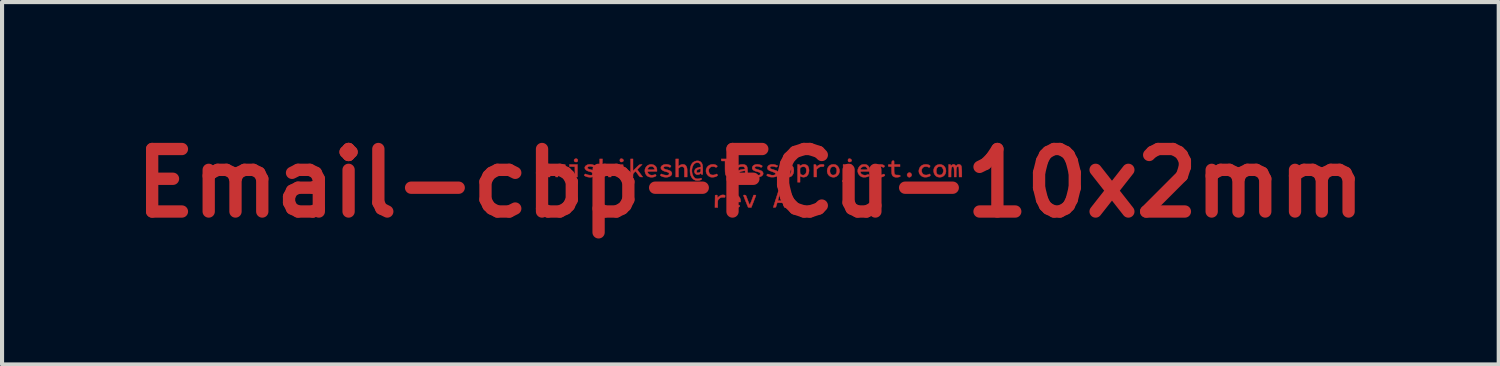
<source format=kicad_pcb>
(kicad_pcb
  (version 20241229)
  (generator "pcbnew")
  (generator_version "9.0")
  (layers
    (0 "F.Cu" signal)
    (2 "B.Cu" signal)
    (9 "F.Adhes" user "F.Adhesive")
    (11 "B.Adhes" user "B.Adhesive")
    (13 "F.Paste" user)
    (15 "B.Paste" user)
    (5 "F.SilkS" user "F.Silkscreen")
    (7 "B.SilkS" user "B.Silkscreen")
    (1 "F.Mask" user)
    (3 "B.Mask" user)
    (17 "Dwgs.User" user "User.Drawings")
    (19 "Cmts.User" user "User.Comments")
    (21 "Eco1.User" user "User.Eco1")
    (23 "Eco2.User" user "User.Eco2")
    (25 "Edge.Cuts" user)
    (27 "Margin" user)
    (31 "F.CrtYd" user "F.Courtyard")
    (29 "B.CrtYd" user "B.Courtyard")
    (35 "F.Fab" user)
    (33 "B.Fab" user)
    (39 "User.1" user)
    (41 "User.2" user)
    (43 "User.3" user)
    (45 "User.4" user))
  (footprint "Email-cbp-FCu-10x2mm"
    (layer "F.Cu")
    (at 15.247 1.418)
    (property "Reference" "Email-cbp-FCu-10x2mm" (at 0 0 0) (layer "F.Cu") (effects (font (size 1.524 1.524) (thickness 0.3))))
    (attr through_hole)
    (fp_poly (pts (xy -3.203 -0.455) (xy -3.103 -0.453) (xy -3.098 -0.152) (xy -3.167 -0.152) (xy -3.167 -0.406) (xy -3.302 -0.406) (xy -3.302 -0.458) (xy -3.203 -0.455)) (stroke (width 0.01) (type solid)) (fill yes) (layer "F.Cu"))
    (fp_poly (pts (xy -4.216 -0.152) (xy -4.275 -0.152) (xy -4.278 -0.277) (xy -4.28 -0.402) (xy -4.346 -0.405) (xy -4.411 -0.407) (xy -4.411 -0.457) (xy -4.216 -0.457) (xy -4.216 -0.152)) (stroke (width 0.01) (type solid)) (fill yes) (layer "F.Cu"))
    (fp_poly (pts (xy -4.239 -0.599) (xy -4.219 -0.588) (xy -4.209 -0.568) (xy -4.208 -0.56) (xy -4.211 -0.539) (xy -4.218 -0.527) (xy -4.237 -0.518) (xy -4.262 -0.518) (xy -4.284 -0.526) (xy -4.288 -0.53) (xy -4.3 -0.552) (xy -4.296 -0.574) (xy -4.286 -0.587) (xy -4.262 -0.599) (xy -4.239 -0.599)) (stroke (width 0.01) (type solid)) (fill yes) (layer "F.Cu"))
    (fp_poly (pts (xy -3.125 -0.596) (xy -3.104 -0.581) (xy -3.099 -0.574) (xy -3.092 -0.557) (xy -3.094 -0.545) (xy -3.103 -0.534) (xy -3.123 -0.521) (xy -3.148 -0.517) (xy -3.17 -0.524) (xy -3.173 -0.527) (xy -3.182 -0.545) (xy -3.182 -0.569) (xy -3.175 -0.589) (xy -3.171 -0.592) (xy -3.15 -0.6) (xy -3.125 -0.596)) (stroke (width 0.01) (type solid)) (fill yes) (layer "F.Cu"))
    (fp_poly (pts (xy 2.437 -0.596) (xy 2.458 -0.581) (xy 2.463 -0.574) (xy 2.471 -0.557) (xy 2.469 -0.545) (xy 2.46 -0.534) (xy 2.439 -0.521) (xy 2.414 -0.517) (xy 2.393 -0.524) (xy 2.389 -0.527) (xy 2.381 -0.545) (xy 2.38 -0.569) (xy 2.388 -0.589) (xy 2.391 -0.592) (xy 2.413 -0.6) (xy 2.437 -0.596)) (stroke (width 0.01) (type solid)) (fill yes) (layer "F.Cu"))
    (fp_poly (pts (xy 3.91 -0.248) (xy 3.93 -0.223) (xy 3.934 -0.196) (xy 3.921 -0.17) (xy 3.917 -0.166) (xy 3.891 -0.148) (xy 3.865 -0.146) (xy 3.841 -0.161) (xy 3.836 -0.166) (xy 3.821 -0.193) (xy 3.822 -0.217) (xy 3.839 -0.242) (xy 3.839 -0.242) (xy 3.865 -0.259) (xy 3.889 -0.26) (xy 3.91 -0.248)) (stroke (width 0.01) (type solid)) (fill yes) (layer "F.Cu"))
    (fp_poly (pts (xy 1.772 -0.459) (xy 1.791 -0.454) (xy 1.798 -0.444) (xy 1.796 -0.427) (xy 1.795 -0.425) (xy 1.789 -0.41) (xy 1.778 -0.404) (xy 1.757 -0.404) (xy 1.756 -0.404) (xy 1.72 -0.404) (xy 1.691 -0.396) (xy 1.663 -0.378) (xy 1.651 -0.367) (xy 1.617 -0.337) (xy 1.617 -0.152) (xy 1.549 -0.152) (xy 1.549 -0.457) (xy 1.574 -0.457) (xy 1.594 -0.453) (xy 1.605 -0.438) (xy 1.609 -0.41) (xy 1.609 -0.408) (xy 1.609 -0.393) (xy 1.613 -0.393) (xy 1.621 -0.404) (xy 1.651 -0.433) (xy 1.691 -0.452) (xy 1.736 -0.46) (xy 1.739 -0.46) (xy 1.772 -0.459)) (stroke (width 0.01) (type solid)) (fill yes) (layer "F.Cu"))
    (fp_poly (pts (xy -2.862 -0.301) (xy -2.783 -0.379) (xy -2.751 -0.411) (xy -2.727 -0.433) (xy -2.709 -0.447) (xy -2.695 -0.454) (xy -2.682 -0.457) (xy -2.671 -0.457) (xy -2.638 -0.457) (xy -2.699 -0.396) (xy -2.759 -0.334) (xy -2.692 -0.243) (xy -2.625 -0.152) (xy -2.661 -0.153) (xy -2.677 -0.153) (xy -2.69 -0.157) (xy -2.702 -0.165) (xy -2.716 -0.181) (xy -2.736 -0.208) (xy -2.747 -0.224) (xy -2.798 -0.295) (xy -2.83 -0.265) (xy -2.849 -0.244) (xy -2.859 -0.225) (xy -2.862 -0.202) (xy -2.862 -0.193) (xy -2.862 -0.152) (xy -2.921 -0.152) (xy -2.921 -0.593) (xy -2.862 -0.593) (xy -2.862 -0.301)) (stroke (width 0.01) (type solid)) (fill yes) (layer "F.Cu"))
    (fp_poly (pts (xy -4.544 -0.46) (xy -4.522 -0.455) (xy -4.51 -0.446) (xy -4.509 -0.442) (xy -4.511 -0.425) (xy -4.511 -0.414) (xy -4.514 -0.403) (xy -4.523 -0.399) (xy -4.544 -0.402) (xy -4.546 -0.402) (xy -4.592 -0.402) (xy -4.634 -0.386) (xy -4.665 -0.359) (xy -4.676 -0.345) (xy -4.684 -0.333) (xy -4.688 -0.317) (xy -4.69 -0.295) (xy -4.691 -0.261) (xy -4.691 -0.241) (xy -4.691 -0.152) (xy -4.75 -0.152) (xy -4.75 -0.457) (xy -4.724 -0.457) (xy -4.708 -0.456) (xy -4.701 -0.449) (xy -4.699 -0.431) (xy -4.699 -0.422) (xy -4.699 -0.387) (xy -4.666 -0.418) (xy -4.639 -0.437) (xy -4.61 -0.453) (xy -4.598 -0.457) (xy -4.571 -0.461) (xy -4.544 -0.46)) (stroke (width 0.01) (type solid)) (fill yes) (layer "F.Cu"))
    (fp_poly (pts (xy -0.649 0.285) (xy -0.627 0.29) (xy -0.615 0.299) (xy -0.615 0.303) (xy -0.616 0.32) (xy -0.617 0.331) (xy -0.619 0.342) (xy -0.629 0.346) (xy -0.649 0.343) (xy -0.652 0.343) (xy -0.698 0.343) (xy -0.739 0.359) (xy -0.77 0.386) (xy -0.782 0.4) (xy -0.789 0.413) (xy -0.793 0.428) (xy -0.795 0.45) (xy -0.796 0.484) (xy -0.796 0.504) (xy -0.796 0.593) (xy -0.864 0.593) (xy -0.862 0.442) (xy -0.859 0.292) (xy -0.832 0.289) (xy -0.815 0.289) (xy -0.807 0.294) (xy -0.804 0.31) (xy -0.804 0.322) (xy -0.804 0.358) (xy -0.771 0.327) (xy -0.744 0.308) (xy -0.715 0.292) (xy -0.703 0.288) (xy -0.676 0.284) (xy -0.649 0.285)) (stroke (width 0.01) (type solid)) (fill yes) (layer "F.Cu"))
    (fp_poly (pts (xy 2.36 -0.455) (xy 2.46 -0.453) (xy 2.46 -0.279) (xy 2.459 -0.219) (xy 2.459 -0.173) (xy 2.457 -0.14) (xy 2.455 -0.115) (xy 2.452 -0.098) (xy 2.448 -0.085) (xy 2.445 -0.078) (xy 2.419 -0.049) (xy 2.382 -0.03) (xy 2.337 -0.022) (xy 2.287 -0.026) (xy 2.261 -0.032) (xy 2.248 -0.037) (xy 2.245 -0.046) (xy 2.248 -0.061) (xy 2.248 -0.061) (xy 2.252 -0.072) (xy 2.259 -0.078) (xy 2.273 -0.08) (xy 2.298 -0.079) (xy 2.311 -0.078) (xy 2.338 -0.077) (xy 2.359 -0.078) (xy 2.374 -0.084) (xy 2.385 -0.097) (xy 2.391 -0.119) (xy 2.394 -0.152) (xy 2.396 -0.198) (xy 2.396 -0.258) (xy 2.396 -0.406) (xy 2.261 -0.406) (xy 2.261 -0.458) (xy 2.36 -0.455)) (stroke (width 0.01) (type solid)) (fill yes) (layer "F.Cu"))
    (fp_poly (pts (xy -5.093 -0.588) (xy -5.094 -0.502) (xy -5.093 -0.466) (xy -5.092 -0.437) (xy -5.09 -0.419) (xy -5.089 -0.415) (xy -5.079 -0.42) (xy -5.067 -0.432) (xy -5.039 -0.452) (xy -5.004 -0.461) (xy -4.967 -0.46) (xy -4.933 -0.449) (xy -4.907 -0.428) (xy -4.902 -0.421) (xy -4.895 -0.408) (xy -4.891 -0.392) (xy -4.888 -0.371) (xy -4.886 -0.341) (xy -4.885 -0.299) (xy -4.885 -0.273) (xy -4.885 -0.152) (xy -4.945 -0.152) (xy -4.945 -0.255) (xy -4.945 -0.307) (xy -4.949 -0.346) (xy -4.954 -0.373) (xy -4.963 -0.391) (xy -4.973 -0.4) (xy -4.996 -0.406) (xy -5.025 -0.403) (xy -5.054 -0.391) (xy -5.06 -0.387) (xy -5.088 -0.368) (xy -5.088 -0.26) (xy -5.088 -0.152) (xy -5.156 -0.152) (xy -5.156 -0.594) (xy -5.093 -0.588)) (stroke (width 0.01) (type solid)) (fill yes) (layer "F.Cu"))
    (fp_poly (pts (xy -3.608 -0.504) (xy -3.609 -0.467) (xy -3.609 -0.438) (xy -3.609 -0.42) (xy -3.608 -0.415) (xy -3.6 -0.42) (xy -3.585 -0.431) (xy -3.584 -0.432) (xy -3.544 -0.453) (xy -3.501 -0.461) (xy -3.466 -0.455) (xy -3.442 -0.444) (xy -3.425 -0.425) (xy -3.414 -0.407) (xy -3.406 -0.389) (xy -3.401 -0.371) (xy -3.397 -0.348) (xy -3.396 -0.317) (xy -3.395 -0.274) (xy -3.395 -0.261) (xy -3.395 -0.152) (xy -3.463 -0.152) (xy -3.463 -0.262) (xy -3.463 -0.308) (xy -3.464 -0.34) (xy -3.466 -0.362) (xy -3.47 -0.376) (xy -3.476 -0.385) (xy -3.48 -0.389) (xy -3.505 -0.404) (xy -3.536 -0.405) (xy -3.568 -0.394) (xy -3.581 -0.384) (xy -3.607 -0.363) (xy -3.607 -0.152) (xy -3.675 -0.152) (xy -3.675 -0.593) (xy -3.606 -0.593) (xy -3.608 -0.504)) (stroke (width 0.01) (type solid)) (fill yes) (layer "F.Cu"))
    (fp_poly (pts (xy -1.754 -0.504) (xy -1.755 -0.467) (xy -1.755 -0.438) (xy -1.755 -0.42) (xy -1.754 -0.415) (xy -1.746 -0.42) (xy -1.731 -0.431) (xy -1.73 -0.432) (xy -1.69 -0.453) (xy -1.647 -0.461) (xy -1.612 -0.455) (xy -1.588 -0.444) (xy -1.57 -0.425) (xy -1.56 -0.407) (xy -1.552 -0.389) (xy -1.546 -0.371) (xy -1.543 -0.348) (xy -1.541 -0.317) (xy -1.541 -0.274) (xy -1.541 -0.261) (xy -1.541 -0.152) (xy -1.609 -0.152) (xy -1.609 -0.262) (xy -1.609 -0.308) (xy -1.61 -0.34) (xy -1.612 -0.362) (xy -1.616 -0.376) (xy -1.622 -0.385) (xy -1.626 -0.389) (xy -1.651 -0.404) (xy -1.682 -0.405) (xy -1.714 -0.394) (xy -1.727 -0.384) (xy -1.753 -0.363) (xy -1.753 -0.152) (xy -1.82 -0.152) (xy -1.82 -0.593) (xy -1.752 -0.593) (xy -1.754 -0.504)) (stroke (width 0.01) (type solid)) (fill yes) (layer "F.Cu"))
    (fp_poly (pts (xy -0.55 -0.411) (xy -0.55 -0.35) (xy -0.55 -0.305) (xy -0.549 -0.272) (xy -0.547 -0.248) (xy -0.545 -0.233) (xy -0.541 -0.222) (xy -0.536 -0.215) (xy -0.533 -0.211) (xy -0.519 -0.2) (xy -0.501 -0.197) (xy -0.478 -0.199) (xy -0.454 -0.202) (xy -0.442 -0.199) (xy -0.435 -0.19) (xy -0.433 -0.185) (xy -0.43 -0.17) (xy -0.438 -0.16) (xy -0.448 -0.155) (xy -0.477 -0.147) (xy -0.514 -0.146) (xy -0.546 -0.15) (xy -0.573 -0.164) (xy -0.596 -0.19) (xy -0.61 -0.22) (xy -0.612 -0.238) (xy -0.615 -0.27) (xy -0.617 -0.312) (xy -0.618 -0.36) (xy -0.618 -0.396) (xy -0.618 -0.542) (xy -0.665 -0.542) (xy -0.691 -0.542) (xy -0.705 -0.545) (xy -0.71 -0.553) (xy -0.711 -0.567) (xy -0.711 -0.593) (xy -0.55 -0.593) (xy -0.55 -0.411)) (stroke (width 0.01) (type solid)) (fill yes) (layer "F.Cu"))
    (fp_poly (pts (xy 0.828 0.39) (xy 0.896 0.594) (xy 0.861 0.591) (xy 0.827 0.588) (xy 0.809 0.533) (xy 0.792 0.478) (xy 0.723 0.476) (xy 0.655 0.473) (xy 0.638 0.531) (xy 0.629 0.561) (xy 0.622 0.578) (xy 0.613 0.587) (xy 0.6 0.59) (xy 0.59 0.591) (xy 0.57 0.591) (xy 0.559 0.589) (xy 0.559 0.588) (xy 0.561 0.579) (xy 0.568 0.556) (xy 0.579 0.521) (xy 0.593 0.477) (xy 0.61 0.426) (xy 0.61 0.423) (xy 0.671 0.423) (xy 0.777 0.423) (xy 0.753 0.341) (xy 0.742 0.305) (xy 0.733 0.276) (xy 0.727 0.256) (xy 0.725 0.251) (xy 0.722 0.255) (xy 0.716 0.273) (xy 0.707 0.301) (xy 0.697 0.333) (xy 0.671 0.423) (xy 0.61 0.423) (xy 0.623 0.384) (xy 0.687 0.186) (xy 0.761 0.186) (xy 0.828 0.39)) (stroke (width 0.01) (type solid)) (fill yes) (layer "F.Cu"))
    (fp_poly (pts (xy -0.127 0.29) (xy -0.111 0.297) (xy -0.106 0.303) (xy -0.101 0.316) (xy -0.091 0.342) (xy -0.078 0.376) (xy -0.063 0.415) (xy -0.062 0.419) (xy -0.047 0.458) (xy -0.034 0.491) (xy -0.023 0.515) (xy -0.018 0.527) (xy -0.017 0.527) (xy -0.013 0.522) (xy -0.003 0.503) (xy 0.009 0.474) (xy 0.025 0.436) (xy 0.034 0.411) (xy 0.08 0.288) (xy 0.108 0.288) (xy 0.127 0.29) (xy 0.136 0.294) (xy 0.136 0.294) (xy 0.133 0.304) (xy 0.125 0.326) (xy 0.112 0.36) (xy 0.096 0.401) (xy 0.079 0.447) (xy 0.021 0.593) (xy -0.014 0.593) (xy -0.037 0.591) (xy -0.052 0.588) (xy -0.054 0.586) (xy -0.059 0.575) (xy -0.069 0.551) (xy -0.083 0.518) (xy -0.098 0.479) (xy -0.115 0.438) (xy -0.132 0.396) (xy -0.146 0.359) (xy -0.158 0.327) (xy -0.166 0.305) (xy -0.169 0.296) (xy -0.162 0.289) (xy -0.146 0.287) (xy -0.127 0.29)) (stroke (width 0.01) (type solid)) (fill yes) (layer "F.Cu"))
    (fp_poly (pts (xy 4.332 -0.453) (xy 4.354 -0.445) (xy 4.377 -0.432) (xy 4.384 -0.419) (xy 4.378 -0.402) (xy 4.373 -0.395) (xy 4.363 -0.384) (xy 4.353 -0.385) (xy 4.34 -0.393) (xy 4.31 -0.404) (xy 4.274 -0.406) (xy 4.238 -0.4) (xy 4.217 -0.39) (xy 4.19 -0.362) (xy 4.177 -0.328) (xy 4.176 -0.291) (xy 4.186 -0.257) (xy 4.207 -0.227) (xy 4.238 -0.207) (xy 4.249 -0.204) (xy 4.291 -0.2) (xy 4.333 -0.209) (xy 4.35 -0.218) (xy 4.365 -0.226) (xy 4.375 -0.223) (xy 4.382 -0.215) (xy 4.39 -0.198) (xy 4.387 -0.185) (xy 4.369 -0.171) (xy 4.362 -0.167) (xy 4.33 -0.155) (xy 4.289 -0.148) (xy 4.246 -0.148) (xy 4.214 -0.154) (xy 4.18 -0.17) (xy 4.148 -0.198) (xy 4.123 -0.231) (xy 4.114 -0.252) (xy 4.107 -0.298) (xy 4.115 -0.345) (xy 4.135 -0.389) (xy 4.167 -0.424) (xy 4.193 -0.441) (xy 4.237 -0.456) (xy 4.285 -0.46) (xy 4.332 -0.453)) (stroke (width 0.01) (type solid)) (fill yes) (layer "F.Cu"))
    (fp_poly (pts (xy -0.854 -0.452) (xy -0.82 -0.432) (xy -0.807 -0.42) (xy -0.806 -0.411) (xy -0.816 -0.399) (xy -0.829 -0.388) (xy -0.841 -0.387) (xy -0.856 -0.394) (xy -0.879 -0.402) (xy -0.909 -0.406) (xy -0.919 -0.406) (xy -0.946 -0.404) (xy -0.967 -0.396) (xy -0.987 -0.378) (xy -1.006 -0.356) (xy -1.014 -0.336) (xy -1.016 -0.309) (xy -1.01 -0.267) (xy -0.993 -0.233) (xy -0.968 -0.211) (xy -0.938 -0.202) (xy -0.901 -0.201) (xy -0.865 -0.208) (xy -0.848 -0.215) (xy -0.829 -0.224) (xy -0.819 -0.225) (xy -0.81 -0.217) (xy -0.808 -0.214) (xy -0.799 -0.2) (xy -0.799 -0.189) (xy -0.812 -0.178) (xy -0.826 -0.169) (xy -0.857 -0.156) (xy -0.897 -0.148) (xy -0.938 -0.146) (xy -0.973 -0.151) (xy -0.975 -0.152) (xy -1.018 -0.174) (xy -1.051 -0.207) (xy -1.073 -0.248) (xy -1.083 -0.294) (xy -1.079 -0.341) (xy -1.067 -0.372) (xy -1.037 -0.414) (xy -0.997 -0.442) (xy -0.953 -0.457) (xy -0.901 -0.461) (xy -0.854 -0.452)) (stroke (width 0.01) (type solid)) (fill yes) (layer "F.Cu"))
    (fp_poly (pts (xy 2.071 -0.455) (xy 2.102 -0.441) (xy 2.133 -0.413) (xy 2.157 -0.375) (xy 2.171 -0.331) (xy 2.174 -0.288) (xy 2.162 -0.24) (xy 2.138 -0.199) (xy 2.104 -0.169) (xy 2.063 -0.15) (xy 2.018 -0.145) (xy 1.971 -0.155) (xy 1.965 -0.157) (xy 1.928 -0.178) (xy 1.902 -0.205) (xy 1.887 -0.23) (xy 1.873 -0.275) (xy 1.873 -0.298) (xy 1.939 -0.298) (xy 1.945 -0.257) (xy 1.964 -0.224) (xy 1.992 -0.203) (xy 1.993 -0.203) (xy 2.018 -0.199) (xy 2.047 -0.203) (xy 2.071 -0.213) (xy 2.073 -0.214) (xy 2.093 -0.24) (xy 2.105 -0.275) (xy 2.108 -0.315) (xy 2.101 -0.352) (xy 2.095 -0.364) (xy 2.075 -0.391) (xy 2.046 -0.404) (xy 2.024 -0.406) (xy 1.987 -0.399) (xy 1.961 -0.379) (xy 1.945 -0.345) (xy 1.939 -0.299) (xy 1.939 -0.298) (xy 1.873 -0.298) (xy 1.873 -0.323) (xy 1.885 -0.369) (xy 1.91 -0.41) (xy 1.94 -0.438) (xy 1.98 -0.455) (xy 2.026 -0.461) (xy 2.071 -0.455)) (stroke (width 0.01) (type solid)) (fill yes) (layer "F.Cu"))
    (fp_poly (pts (xy 3.194 -0.458) (xy 3.229 -0.451) (xy 3.24 -0.446) (xy 3.264 -0.431) (xy 3.273 -0.418) (xy 3.269 -0.404) (xy 3.264 -0.398) (xy 3.252 -0.387) (xy 3.24 -0.387) (xy 3.225 -0.394) (xy 3.202 -0.402) (xy 3.172 -0.406) (xy 3.162 -0.406) (xy 3.134 -0.404) (xy 3.114 -0.396) (xy 3.094 -0.378) (xy 3.075 -0.357) (xy 3.067 -0.337) (xy 3.065 -0.309) (xy 3.065 -0.308) (xy 3.072 -0.263) (xy 3.09 -0.229) (xy 3.119 -0.207) (xy 3.155 -0.198) (xy 3.198 -0.203) (xy 3.236 -0.217) (xy 3.253 -0.224) (xy 3.264 -0.22) (xy 3.272 -0.21) (xy 3.28 -0.195) (xy 3.277 -0.185) (xy 3.267 -0.177) (xy 3.226 -0.156) (xy 3.177 -0.146) (xy 3.127 -0.148) (xy 3.096 -0.156) (xy 3.058 -0.175) (xy 3.03 -0.203) (xy 3.013 -0.23) (xy 3.003 -0.262) (xy 2.998 -0.3) (xy 2.999 -0.336) (xy 3.006 -0.365) (xy 3.007 -0.367) (xy 3.028 -0.397) (xy 3.058 -0.427) (xy 3.086 -0.446) (xy 3.116 -0.456) (xy 3.154 -0.459) (xy 3.194 -0.458)) (stroke (width 0.01) (type solid)) (fill yes) (layer "F.Cu"))
    (fp_poly (pts (xy 3.495 -0.549) (xy 3.502 -0.544) (xy 3.505 -0.53) (xy 3.505 -0.504) (xy 3.505 -0.457) (xy 3.649 -0.457) (xy 3.649 -0.406) (xy 3.505 -0.406) (xy 3.505 -0.323) (xy 3.506 -0.274) (xy 3.511 -0.24) (xy 3.52 -0.218) (xy 3.536 -0.206) (xy 3.561 -0.2) (xy 3.591 -0.2) (xy 3.626 -0.198) (xy 3.646 -0.193) (xy 3.656 -0.182) (xy 3.657 -0.172) (xy 3.65 -0.162) (xy 3.63 -0.154) (xy 3.602 -0.148) (xy 3.572 -0.145) (xy 3.542 -0.146) (xy 3.522 -0.149) (xy 3.492 -0.162) (xy 3.471 -0.178) (xy 3.457 -0.2) (xy 3.448 -0.231) (xy 3.444 -0.275) (xy 3.443 -0.313) (xy 3.442 -0.402) (xy 3.401 -0.405) (xy 3.377 -0.407) (xy 3.365 -0.412) (xy 3.362 -0.422) (xy 3.361 -0.432) (xy 3.362 -0.447) (xy 3.368 -0.454) (xy 3.383 -0.457) (xy 3.404 -0.457) (xy 3.429 -0.458) (xy 3.441 -0.461) (xy 3.446 -0.47) (xy 3.446 -0.485) (xy 3.448 -0.519) (xy 3.455 -0.54) (xy 3.469 -0.549) (xy 3.481 -0.55) (xy 3.495 -0.549)) (stroke (width 0.01) (type solid)) (fill yes) (layer "F.Cu"))
    (fp_poly (pts (xy 4.668 -0.452) (xy 4.711 -0.43) (xy 4.743 -0.395) (xy 4.764 -0.349) (xy 4.764 -0.347) (xy 4.77 -0.295) (xy 4.762 -0.248) (xy 4.741 -0.207) (xy 4.709 -0.175) (xy 4.669 -0.154) (xy 4.622 -0.146) (xy 4.571 -0.152) (xy 4.567 -0.153) (xy 4.529 -0.172) (xy 4.499 -0.204) (xy 4.478 -0.244) (xy 4.471 -0.279) (xy 4.534 -0.279) (xy 4.545 -0.239) (xy 4.548 -0.234) (xy 4.568 -0.213) (xy 4.598 -0.202) (xy 4.631 -0.202) (xy 4.665 -0.213) (xy 4.671 -0.216) (xy 4.686 -0.233) (xy 4.698 -0.261) (xy 4.706 -0.292) (xy 4.707 -0.307) (xy 4.703 -0.33) (xy 4.692 -0.358) (xy 4.678 -0.383) (xy 4.667 -0.395) (xy 4.643 -0.404) (xy 4.612 -0.406) (xy 4.583 -0.4) (xy 4.566 -0.39) (xy 4.545 -0.36) (xy 4.534 -0.321) (xy 4.534 -0.279) (xy 4.471 -0.279) (xy 4.468 -0.29) (xy 4.471 -0.338) (xy 4.473 -0.347) (xy 4.493 -0.393) (xy 4.525 -0.429) (xy 4.567 -0.451) (xy 4.616 -0.46) (xy 4.619 -0.46) (xy 4.668 -0.452)) (stroke (width 0.01) (type solid)) (fill yes) (layer "F.Cu"))
    (fp_poly (pts (xy 0.838 -0.424) (xy 0.869 -0.442) (xy 0.906 -0.456) (xy 0.947 -0.46) (xy 0.984 -0.453) (xy 1.002 -0.445) (xy 1.031 -0.416) (xy 1.05 -0.378) (xy 1.059 -0.333) (xy 1.059 -0.287) (xy 1.049 -0.241) (xy 1.029 -0.201) (xy 1 -0.17) (xy 0.998 -0.169) (xy 0.959 -0.151) (xy 0.917 -0.147) (xy 0.875 -0.158) (xy 0.87 -0.16) (xy 0.847 -0.173) (xy 0.835 -0.177) (xy 0.83 -0.173) (xy 0.83 -0.165) (xy 0.822 -0.155) (xy 0.804 -0.152) (xy 0.779 -0.152) (xy 0.779 -0.302) (xy 0.838 -0.302) (xy 0.838 -0.302) (xy 0.839 -0.263) (xy 0.843 -0.237) (xy 0.851 -0.221) (xy 0.866 -0.211) (xy 0.886 -0.203) (xy 0.904 -0.198) (xy 0.913 -0.195) (xy 0.921 -0.198) (xy 0.939 -0.205) (xy 0.943 -0.207) (xy 0.969 -0.226) (xy 0.987 -0.256) (xy 0.996 -0.292) (xy 0.995 -0.331) (xy 0.984 -0.367) (xy 0.975 -0.381) (xy 0.952 -0.399) (xy 0.921 -0.405) (xy 0.887 -0.4) (xy 0.866 -0.39) (xy 0.852 -0.381) (xy 0.844 -0.372) (xy 0.84 -0.359) (xy 0.838 -0.337) (xy 0.838 -0.302) (xy 0.779 -0.302) (xy 0.779 -0.593) (xy 0.838 -0.593) (xy 0.838 -0.424)) (stroke (width 0.01) (type solid)) (fill yes) (layer "F.Cu"))
    (fp_poly (pts (xy 5.111 -0.455) (xy 5.134 -0.436) (xy 5.145 -0.415) (xy 5.149 -0.394) (xy 5.152 -0.361) (xy 5.155 -0.318) (xy 5.156 -0.269) (xy 5.156 -0.269) (xy 5.156 -0.152) (xy 5.089 -0.152) (xy 5.087 -0.277) (xy 5.086 -0.326) (xy 5.084 -0.36) (xy 5.083 -0.382) (xy 5.08 -0.395) (xy 5.075 -0.402) (xy 5.069 -0.404) (xy 5.066 -0.405) (xy 5.049 -0.404) (xy 5.037 -0.394) (xy 5.029 -0.374) (xy 5.023 -0.342) (xy 5.021 -0.296) (xy 5.021 -0.261) (xy 5.021 -0.152) (xy 4.97 -0.152) (xy 4.97 -0.258) (xy 4.969 -0.314) (xy 4.966 -0.354) (xy 4.961 -0.382) (xy 4.953 -0.399) (xy 4.942 -0.406) (xy 4.936 -0.406) (xy 4.92 -0.401) (xy 4.908 -0.386) (xy 4.9 -0.357) (xy 4.895 -0.315) (xy 4.894 -0.258) (xy 4.894 -0.254) (xy 4.894 -0.152) (xy 4.834 -0.152) (xy 4.834 -0.457) (xy 4.86 -0.457) (xy 4.878 -0.455) (xy 4.885 -0.445) (xy 4.885 -0.439) (xy 4.885 -0.42) (xy 4.904 -0.438) (xy 4.934 -0.458) (xy 4.961 -0.462) (xy 4.987 -0.449) (xy 4.994 -0.443) (xy 5.018 -0.419) (xy 5.032 -0.437) (xy 5.055 -0.456) (xy 5.083 -0.462) (xy 5.111 -0.455)) (stroke (width 0.01) (type solid)) (fill yes) (layer "F.Cu"))
    (fp_poly (pts (xy 1.352 -0.453) (xy 1.359 -0.45) (xy 1.387 -0.434) (xy 1.405 -0.413) (xy 1.414 -0.396) (xy 1.428 -0.35) (xy 1.431 -0.301) (xy 1.423 -0.253) (xy 1.406 -0.21) (xy 1.381 -0.177) (xy 1.372 -0.169) (xy 1.333 -0.152) (xy 1.291 -0.147) (xy 1.25 -0.156) (xy 1.242 -0.159) (xy 1.211 -0.176) (xy 1.211 -0.025) (xy 1.151 -0.025) (xy 1.151 -0.302) (xy 1.211 -0.302) (xy 1.212 -0.263) (xy 1.215 -0.237) (xy 1.224 -0.221) (xy 1.238 -0.211) (xy 1.259 -0.203) (xy 1.276 -0.198) (xy 1.284 -0.195) (xy 1.291 -0.197) (xy 1.309 -0.203) (xy 1.311 -0.204) (xy 1.339 -0.222) (xy 1.358 -0.254) (xy 1.366 -0.297) (xy 1.366 -0.312) (xy 1.361 -0.355) (xy 1.346 -0.384) (xy 1.32 -0.4) (xy 1.299 -0.404) (xy 1.258 -0.399) (xy 1.238 -0.39) (xy 1.225 -0.381) (xy 1.217 -0.372) (xy 1.213 -0.359) (xy 1.211 -0.337) (xy 1.211 -0.302) (xy 1.211 -0.302) (xy 1.151 -0.302) (xy 1.151 -0.457) (xy 1.177 -0.457) (xy 1.195 -0.455) (xy 1.202 -0.445) (xy 1.202 -0.44) (xy 1.203 -0.428) (xy 1.208 -0.425) (xy 1.221 -0.43) (xy 1.238 -0.439) (xy 1.278 -0.458) (xy 1.314 -0.462) (xy 1.352 -0.453)) (stroke (width 0.01) (type solid)) (fill yes) (layer "F.Cu"))
    (fp_poly (pts (xy -3.866 -0.457) (xy -3.827 -0.447) (xy -3.801 -0.433) (xy -3.79 -0.421) (xy -3.791 -0.41) (xy -3.797 -0.401) (xy -3.808 -0.389) (xy -3.82 -0.388) (xy -3.833 -0.394) (xy -3.869 -0.407) (xy -3.905 -0.412) (xy -3.935 -0.41) (xy -3.958 -0.4) (xy -3.97 -0.385) (xy -3.971 -0.378) (xy -3.968 -0.365) (xy -3.957 -0.354) (xy -3.936 -0.344) (xy -3.901 -0.334) (xy -3.882 -0.329) (xy -3.831 -0.313) (xy -3.795 -0.293) (xy -3.774 -0.267) (xy -3.768 -0.236) (xy -3.775 -0.205) (xy -3.797 -0.18) (xy -3.829 -0.161) (xy -3.869 -0.149) (xy -3.914 -0.145) (xy -3.961 -0.151) (xy -3.988 -0.158) (xy -4.014 -0.168) (xy -4.035 -0.179) (xy -4.041 -0.182) (xy -4.051 -0.19) (xy -4.05 -0.199) (xy -4.04 -0.212) (xy -4.029 -0.224) (xy -4.019 -0.226) (xy -4.003 -0.219) (xy -3.997 -0.216) (xy -3.968 -0.206) (xy -3.933 -0.199) (xy -3.897 -0.196) (xy -3.867 -0.198) (xy -3.854 -0.202) (xy -3.838 -0.219) (xy -3.835 -0.234) (xy -3.839 -0.248) (xy -3.852 -0.26) (xy -3.876 -0.271) (xy -3.913 -0.282) (xy -3.937 -0.288) (xy -3.975 -0.302) (xy -4.007 -0.322) (xy -4.029 -0.347) (xy -4.039 -0.373) (xy -4.039 -0.375) (xy -4.031 -0.405) (xy -4.009 -0.43) (xy -3.976 -0.449) (xy -3.951 -0.457) (xy -3.909 -0.461) (xy -3.866 -0.457)) (stroke (width 0.01) (type solid)) (fill yes) (layer "F.Cu"))
    (fp_poly (pts (xy -2.011 -0.457) (xy -1.973 -0.447) (xy -1.947 -0.433) (xy -1.936 -0.421) (xy -1.937 -0.41) (xy -1.943 -0.401) (xy -1.954 -0.389) (xy -1.966 -0.388) (xy -1.979 -0.394) (xy -2.015 -0.407) (xy -2.05 -0.412) (xy -2.081 -0.41) (xy -2.104 -0.4) (xy -2.116 -0.385) (xy -2.117 -0.378) (xy -2.114 -0.365) (xy -2.103 -0.354) (xy -2.081 -0.344) (xy -2.047 -0.334) (xy -2.028 -0.329) (xy -1.976 -0.313) (xy -1.941 -0.293) (xy -1.92 -0.267) (xy -1.913 -0.236) (xy -1.921 -0.205) (xy -1.942 -0.18) (xy -1.975 -0.161) (xy -2.015 -0.149) (xy -2.06 -0.145) (xy -2.107 -0.151) (xy -2.134 -0.158) (xy -2.16 -0.168) (xy -2.181 -0.179) (xy -2.187 -0.182) (xy -2.197 -0.19) (xy -2.195 -0.199) (xy -2.186 -0.212) (xy -2.175 -0.224) (xy -2.165 -0.226) (xy -2.149 -0.219) (xy -2.142 -0.216) (xy -2.114 -0.206) (xy -2.079 -0.199) (xy -2.043 -0.196) (xy -2.013 -0.198) (xy -2 -0.202) (xy -1.984 -0.219) (xy -1.981 -0.234) (xy -1.985 -0.248) (xy -1.998 -0.26) (xy -2.021 -0.271) (xy -2.059 -0.282) (xy -2.083 -0.288) (xy -2.121 -0.302) (xy -2.153 -0.322) (xy -2.175 -0.347) (xy -2.184 -0.373) (xy -2.184 -0.375) (xy -2.176 -0.405) (xy -2.155 -0.43) (xy -2.122 -0.449) (xy -2.097 -0.457) (xy -2.055 -0.461) (xy -2.011 -0.457)) (stroke (width 0.01) (type solid)) (fill yes) (layer "F.Cu"))
    (fp_poly (pts (xy 0.606 -0.451) (xy 0.63 -0.441) (xy 0.672 -0.423) (xy 0.654 -0.405) (xy 0.638 -0.392) (xy 0.624 -0.392) (xy 0.615 -0.396) (xy 0.593 -0.403) (xy 0.564 -0.409) (xy 0.553 -0.411) (xy 0.525 -0.413) (xy 0.506 -0.409) (xy 0.491 -0.399) (xy 0.478 -0.384) (xy 0.477 -0.371) (xy 0.49 -0.358) (xy 0.518 -0.345) (xy 0.562 -0.331) (xy 0.566 -0.33) (xy 0.602 -0.318) (xy 0.633 -0.307) (xy 0.654 -0.296) (xy 0.66 -0.293) (xy 0.678 -0.266) (xy 0.682 -0.236) (xy 0.674 -0.205) (xy 0.653 -0.178) (xy 0.635 -0.165) (xy 0.603 -0.155) (xy 0.563 -0.149) (xy 0.52 -0.148) (xy 0.482 -0.152) (xy 0.47 -0.155) (xy 0.435 -0.168) (xy 0.41 -0.181) (xy 0.399 -0.191) (xy 0.398 -0.193) (xy 0.402 -0.205) (xy 0.409 -0.214) (xy 0.416 -0.222) (xy 0.425 -0.224) (xy 0.442 -0.22) (xy 0.464 -0.212) (xy 0.511 -0.198) (xy 0.553 -0.195) (xy 0.588 -0.202) (xy 0.602 -0.211) (xy 0.615 -0.226) (xy 0.615 -0.239) (xy 0.601 -0.252) (xy 0.573 -0.267) (xy 0.529 -0.283) (xy 0.525 -0.285) (xy 0.478 -0.302) (xy 0.446 -0.319) (xy 0.426 -0.336) (xy 0.417 -0.357) (xy 0.415 -0.376) (xy 0.423 -0.407) (xy 0.444 -0.433) (xy 0.476 -0.45) (xy 0.515 -0.46) (xy 0.559 -0.46) (xy 0.606 -0.451)) (stroke (width 0.01) (type solid)) (fill yes) (layer "F.Cu"))
    (fp_poly (pts (xy 2.81 -0.458) (xy 2.841 -0.449) (xy 2.851 -0.443) (xy 2.884 -0.412) (xy 2.903 -0.375) (xy 2.911 -0.335) (xy 2.915 -0.288) (xy 2.799 -0.288) (xy 2.753 -0.288) (xy 2.721 -0.287) (xy 2.701 -0.285) (xy 2.689 -0.282) (xy 2.685 -0.278) (xy 2.684 -0.273) (xy 2.692 -0.244) (xy 2.712 -0.221) (xy 2.743 -0.205) (xy 2.779 -0.197) (xy 2.818 -0.198) (xy 2.849 -0.207) (xy 2.869 -0.214) (xy 2.88 -0.213) (xy 2.89 -0.203) (xy 2.891 -0.201) (xy 2.899 -0.187) (xy 2.895 -0.178) (xy 2.889 -0.173) (xy 2.854 -0.157) (xy 2.81 -0.148) (xy 2.763 -0.146) (xy 2.72 -0.153) (xy 2.691 -0.168) (xy 2.661 -0.194) (xy 2.637 -0.226) (xy 2.628 -0.243) (xy 2.617 -0.289) (xy 2.621 -0.337) (xy 2.623 -0.342) (xy 2.684 -0.342) (xy 2.692 -0.335) (xy 2.712 -0.332) (xy 2.747 -0.33) (xy 2.769 -0.33) (xy 2.807 -0.33) (xy 2.832 -0.332) (xy 2.846 -0.334) (xy 2.852 -0.339) (xy 2.853 -0.346) (xy 2.846 -0.369) (xy 2.827 -0.391) (xy 2.803 -0.407) (xy 2.794 -0.409) (xy 2.76 -0.409) (xy 2.727 -0.396) (xy 2.7 -0.375) (xy 2.698 -0.372) (xy 2.687 -0.354) (xy 2.684 -0.342) (xy 2.623 -0.342) (xy 2.639 -0.381) (xy 2.668 -0.42) (xy 2.705 -0.447) (xy 2.736 -0.457) (xy 2.773 -0.46) (xy 2.81 -0.458)) (stroke (width 0.01) (type solid)) (fill yes) (layer "F.Cu"))
    (fp_poly (pts (xy -2.369 -0.452) (xy -2.329 -0.431) (xy -2.299 -0.399) (xy -2.281 -0.357) (xy -2.278 -0.324) (xy -2.278 -0.288) (xy -2.392 -0.288) (xy -2.438 -0.288) (xy -2.47 -0.287) (xy -2.49 -0.285) (xy -2.501 -0.282) (xy -2.505 -0.278) (xy -2.506 -0.273) (xy -2.499 -0.249) (xy -2.479 -0.225) (xy -2.455 -0.207) (xy -2.416 -0.196) (xy -2.37 -0.199) (xy -2.343 -0.207) (xy -2.322 -0.213) (xy -2.311 -0.213) (xy -2.303 -0.204) (xy -2.302 -0.201) (xy -2.297 -0.185) (xy -2.306 -0.173) (xy -2.308 -0.172) (xy -2.344 -0.154) (xy -2.389 -0.146) (xy -2.437 -0.147) (xy -2.475 -0.156) (xy -2.509 -0.172) (xy -2.533 -0.194) (xy -2.554 -0.227) (xy -2.558 -0.234) (xy -2.572 -0.282) (xy -2.572 -0.329) (xy -2.566 -0.347) (xy -2.506 -0.347) (xy -2.501 -0.337) (xy -2.483 -0.332) (xy -2.451 -0.33) (xy -2.421 -0.33) (xy -2.383 -0.33) (xy -2.358 -0.332) (xy -2.344 -0.334) (xy -2.338 -0.339) (xy -2.337 -0.346) (xy -2.337 -0.347) (xy -2.342 -0.364) (xy -2.355 -0.384) (xy -2.357 -0.386) (xy -2.373 -0.401) (xy -2.391 -0.408) (xy -2.417 -0.409) (xy -2.445 -0.407) (xy -2.463 -0.4) (xy -2.481 -0.384) (xy -2.482 -0.382) (xy -2.499 -0.361) (xy -2.506 -0.347) (xy -2.566 -0.347) (xy -2.558 -0.373) (xy -2.532 -0.41) (xy -2.497 -0.439) (xy -2.452 -0.456) (xy -2.417 -0.46) (xy -2.369 -0.452)) (stroke (width 0.01) (type solid)) (fill yes) (layer "F.Cu"))
    (fp_poly (pts (xy -0.317 0.295) (xy -0.303 0.302) (xy -0.277 0.325) (xy -0.255 0.358) (xy -0.241 0.396) (xy -0.237 0.425) (xy -0.237 0.457) (xy -0.351 0.457) (xy -0.397 0.457) (xy -0.429 0.458) (xy -0.449 0.46) (xy -0.46 0.463) (xy -0.465 0.467) (xy -0.466 0.474) (xy -0.466 0.474) (xy -0.46 0.491) (xy -0.447 0.512) (xy -0.442 0.517) (xy -0.411 0.539) (xy -0.372 0.549) (xy -0.327 0.545) (xy -0.307 0.539) (xy -0.284 0.532) (xy -0.272 0.532) (xy -0.265 0.538) (xy -0.261 0.544) (xy -0.257 0.56) (xy -0.266 0.572) (xy -0.267 0.573) (xy -0.303 0.591) (xy -0.348 0.599) (xy -0.396 0.598) (xy -0.434 0.589) (xy -0.463 0.577) (xy -0.483 0.562) (xy -0.501 0.539) (xy -0.514 0.519) (xy -0.53 0.475) (xy -0.533 0.429) (xy -0.526 0.4) (xy -0.466 0.4) (xy -0.46 0.408) (xy -0.441 0.413) (xy -0.408 0.415) (xy -0.381 0.415) (xy -0.339 0.414) (xy -0.313 0.412) (xy -0.299 0.408) (xy -0.296 0.404) (xy -0.301 0.39) (xy -0.311 0.37) (xy -0.312 0.367) (xy -0.335 0.344) (xy -0.365 0.334) (xy -0.398 0.336) (xy -0.429 0.351) (xy -0.445 0.366) (xy -0.46 0.386) (xy -0.466 0.4) (xy -0.526 0.4) (xy -0.523 0.383) (xy -0.5 0.343) (xy -0.467 0.311) (xy -0.446 0.3) (xy -0.404 0.287) (xy -0.358 0.286) (xy -0.317 0.295)) (stroke (width 0.01) (type solid)) (fill yes) (layer "F.Cu"))
    (fp_poly (pts (xy 0.227 -0.453) (xy 0.265 -0.439) (xy 0.284 -0.428) (xy 0.291 -0.42) (xy 0.288 -0.41) (xy 0.283 -0.402) (xy 0.272 -0.388) (xy 0.261 -0.387) (xy 0.246 -0.393) (xy 0.224 -0.402) (xy 0.194 -0.409) (xy 0.18 -0.411) (xy 0.153 -0.414) (xy 0.136 -0.411) (xy 0.122 -0.402) (xy 0.12 -0.399) (xy 0.108 -0.385) (xy 0.105 -0.373) (xy 0.112 -0.362) (xy 0.131 -0.351) (xy 0.164 -0.339) (xy 0.211 -0.324) (xy 0.217 -0.322) (xy 0.259 -0.308) (xy 0.286 -0.292) (xy 0.296 -0.282) (xy 0.311 -0.253) (xy 0.312 -0.224) (xy 0.3 -0.198) (xy 0.276 -0.176) (xy 0.244 -0.159) (xy 0.205 -0.148) (xy 0.162 -0.145) (xy 0.115 -0.151) (xy 0.097 -0.156) (xy 0.064 -0.168) (xy 0.04 -0.18) (xy 0.027 -0.19) (xy 0.026 -0.193) (xy 0.03 -0.204) (xy 0.038 -0.215) (xy 0.047 -0.225) (xy 0.056 -0.226) (xy 0.073 -0.22) (xy 0.081 -0.216) (xy 0.112 -0.205) (xy 0.149 -0.199) (xy 0.185 -0.196) (xy 0.215 -0.198) (xy 0.228 -0.203) (xy 0.242 -0.217) (xy 0.244 -0.235) (xy 0.241 -0.247) (xy 0.234 -0.256) (xy 0.219 -0.265) (xy 0.195 -0.274) (xy 0.158 -0.285) (xy 0.132 -0.292) (xy 0.088 -0.309) (xy 0.059 -0.332) (xy 0.044 -0.358) (xy 0.045 -0.388) (xy 0.061 -0.419) (xy 0.064 -0.422) (xy 0.093 -0.445) (xy 0.133 -0.458) (xy 0.179 -0.461) (xy 0.227 -0.453)) (stroke (width 0.01) (type solid)) (fill yes) (layer "F.Cu"))
    (fp_poly (pts (xy -0.15 -0.456) (xy -0.122 -0.446) (xy -0.102 -0.433) (xy -0.087 -0.415) (xy -0.077 -0.389) (xy -0.071 -0.354) (xy -0.068 -0.307) (xy -0.068 -0.263) (xy -0.068 -0.152) (xy -0.093 -0.152) (xy -0.112 -0.155) (xy -0.118 -0.165) (xy -0.119 -0.169) (xy -0.119 -0.183) (xy -0.121 -0.186) (xy -0.129 -0.183) (xy -0.147 -0.174) (xy -0.164 -0.165) (xy -0.213 -0.148) (xy -0.257 -0.146) (xy -0.291 -0.157) (xy -0.32 -0.177) (xy -0.334 -0.202) (xy -0.338 -0.232) (xy -0.279 -0.232) (xy -0.266 -0.212) (xy -0.26 -0.207) (xy -0.235 -0.199) (xy -0.202 -0.2) (xy -0.167 -0.21) (xy -0.151 -0.218) (xy -0.135 -0.23) (xy -0.128 -0.246) (xy -0.127 -0.269) (xy -0.128 -0.291) (xy -0.131 -0.303) (xy -0.133 -0.305) (xy -0.143 -0.303) (xy -0.166 -0.3) (xy -0.191 -0.296) (xy -0.231 -0.285) (xy -0.26 -0.27) (xy -0.277 -0.251) (xy -0.279 -0.232) (xy -0.338 -0.232) (xy -0.338 -0.234) (xy -0.336 -0.259) (xy -0.327 -0.278) (xy -0.31 -0.295) (xy -0.291 -0.309) (xy -0.268 -0.32) (xy -0.237 -0.329) (xy -0.195 -0.337) (xy -0.159 -0.343) (xy -0.136 -0.348) (xy -0.129 -0.356) (xy -0.135 -0.371) (xy -0.145 -0.384) (xy -0.158 -0.398) (xy -0.174 -0.404) (xy -0.199 -0.406) (xy -0.206 -0.406) (xy -0.236 -0.404) (xy -0.262 -0.398) (xy -0.271 -0.394) (xy -0.294 -0.383) (xy -0.308 -0.384) (xy -0.318 -0.398) (xy -0.32 -0.401) (xy -0.324 -0.413) (xy -0.321 -0.422) (xy -0.308 -0.431) (xy -0.285 -0.441) (xy -0.24 -0.455) (xy -0.193 -0.46) (xy -0.15 -0.456)) (stroke (width 0.01) (type solid)) (fill yes) (layer "F.Cu"))
    (fp_poly (pts (xy -1.23 -0.533) (xy -1.204 -0.514) (xy -1.187 -0.493) (xy -1.175 -0.468) (xy -1.166 -0.437) (xy -1.162 -0.396) (xy -1.16 -0.343) (xy -1.16 -0.322) (xy -1.16 -0.277) (xy -1.161 -0.246) (xy -1.162 -0.227) (xy -1.165 -0.217) (xy -1.17 -0.212) (xy -1.177 -0.212) (xy -1.178 -0.212) (xy -1.195 -0.219) (xy -1.2 -0.229) (xy -1.205 -0.241) (xy -1.213 -0.238) (xy -1.218 -0.234) (xy -1.249 -0.215) (xy -1.284 -0.208) (xy -1.317 -0.214) (xy -1.344 -0.232) (xy -1.35 -0.24) (xy -1.363 -0.271) (xy -1.362 -0.288) (xy -1.312 -0.288) (xy -1.31 -0.269) (xy -1.307 -0.26) (xy -1.292 -0.254) (xy -1.269 -0.255) (xy -1.244 -0.26) (xy -1.23 -0.267) (xy -1.217 -0.28) (xy -1.211 -0.301) (xy -1.211 -0.319) (xy -1.212 -0.342) (xy -1.216 -0.352) (xy -1.224 -0.353) (xy -1.226 -0.353) (xy -1.245 -0.347) (xy -1.262 -0.343) (xy -1.292 -0.328) (xy -1.309 -0.305) (xy -1.312 -0.288) (xy -1.362 -0.288) (xy -1.361 -0.305) (xy -1.348 -0.337) (xy -1.339 -0.347) (xy -1.324 -0.36) (xy -1.306 -0.37) (xy -1.281 -0.379) (xy -1.245 -0.389) (xy -1.225 -0.393) (xy -1.208 -0.399) (xy -1.203 -0.409) (xy -1.206 -0.426) (xy -1.22 -0.464) (xy -1.245 -0.49) (xy -1.272 -0.502) (xy -1.31 -0.504) (xy -1.344 -0.491) (xy -1.374 -0.466) (xy -1.398 -0.431) (xy -1.415 -0.388) (xy -1.425 -0.341) (xy -1.426 -0.29) (xy -1.419 -0.239) (xy -1.4 -0.189) (xy -1.398 -0.184) (xy -1.374 -0.146) (xy -1.348 -0.121) (xy -1.316 -0.109) (xy -1.284 -0.107) (xy -1.254 -0.109) (xy -1.229 -0.115) (xy -1.22 -0.118) (xy -1.204 -0.124) (xy -1.195 -0.12) (xy -1.193 -0.117) (xy -1.186 -0.103) (xy -1.191 -0.092) (xy -1.209 -0.081) (xy -1.247 -0.068) (xy -1.289 -0.064) (xy -1.329 -0.068) (xy -1.338 -0.071) (xy -1.38 -0.09) (xy -1.412 -0.118) (xy -1.432 -0.144) (xy -1.455 -0.19) (xy -1.468 -0.244) (xy -1.472 -0.301) (xy -1.468 -0.36) (xy -1.456 -0.414) (xy -1.435 -0.463) (xy -1.408 -0.5) (xy -1.396 -0.51) (xy -1.356 -0.533) (xy -1.312 -0.545) (xy -1.269 -0.545) (xy -1.23 -0.533)) (stroke (width 0.01) (type solid)) (fill yes) (layer "F.Cu")))
  (gr_rect
    (start -3 -3)
    (end 33.495 5.836)
    (stroke (width 0.1) (type default))
    (fill no)
    (layer "Edge.Cuts")))
</source>
